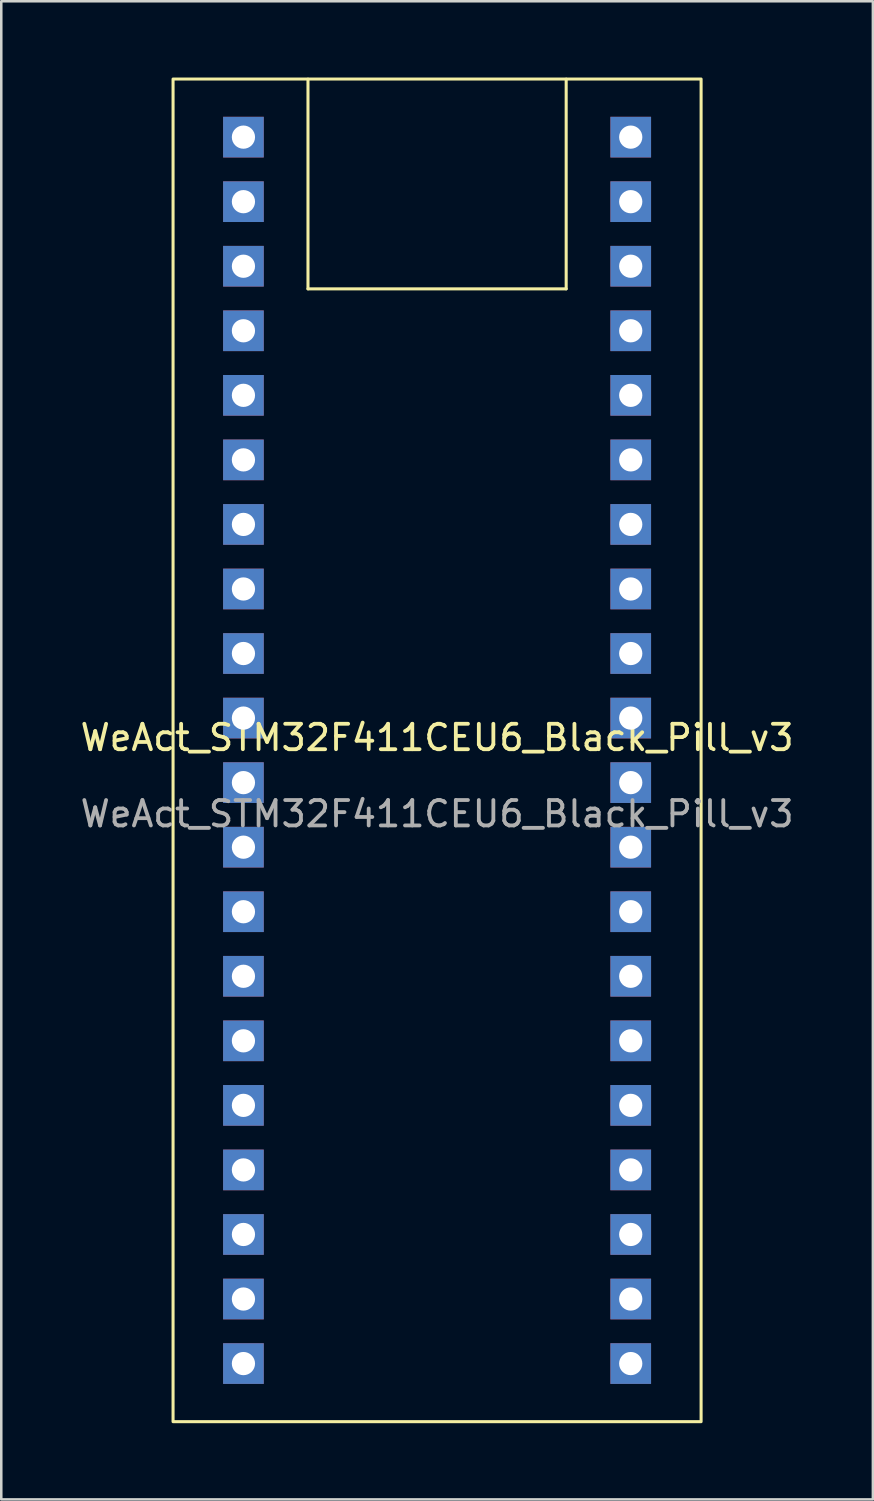
<source format=kicad_pcb>
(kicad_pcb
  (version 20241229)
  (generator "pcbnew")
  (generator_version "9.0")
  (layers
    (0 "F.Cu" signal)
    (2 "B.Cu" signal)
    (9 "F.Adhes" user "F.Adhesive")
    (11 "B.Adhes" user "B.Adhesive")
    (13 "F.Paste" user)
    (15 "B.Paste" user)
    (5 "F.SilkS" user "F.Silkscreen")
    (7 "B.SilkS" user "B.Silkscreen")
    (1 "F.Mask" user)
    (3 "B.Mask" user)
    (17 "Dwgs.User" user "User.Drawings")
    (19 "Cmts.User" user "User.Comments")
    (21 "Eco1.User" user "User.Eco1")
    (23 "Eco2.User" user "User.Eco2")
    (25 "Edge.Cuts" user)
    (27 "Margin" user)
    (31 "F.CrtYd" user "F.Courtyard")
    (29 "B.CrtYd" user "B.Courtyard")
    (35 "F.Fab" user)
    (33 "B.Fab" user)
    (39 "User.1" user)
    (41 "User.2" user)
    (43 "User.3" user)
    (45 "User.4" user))
  (footprint "WeAct_STM32F411CEU6_Black_Pill_v3"
    (layer "F.Cu")
    (at 14.149 26.476)
    (property "Reference" "WeAct_STM32F411CEU6_Black_Pill_v3" (at 0 -0.5 0) (unlocked yes) (layer "F.SilkS") (effects (font (size 1 1) (thickness 0.15))))
    (attr through_hole)
    (fp_line (start -5.08 -18.16) (end -5.08 -26.41) (stroke (width 0.12) (type solid)) (layer "F.SilkS"))
    (fp_line (start -5.08 -18.16) (end 5.08 -18.16) (stroke (width 0.12) (type solid)) (layer "F.SilkS"))
    (fp_line (start 5.08 -18.16) (end 5.08 -26.41) (stroke (width 0.12) (type solid)) (layer "F.SilkS"))
    (fp_rect (start -10.389 -26.416) (end 10.389 26.416) (stroke (width 0.12) (type solid)) (fill no) (layer "F.SilkS"))
    (fp_text user "${REFERENCE}" (at 0 2.5 0) (unlocked yes) (layer "F.Fab") (effects (font (size 1 1) (thickness 0.15))))
    (pad "1" thru_hole rect (at -7.62 -24.13) (size 1.6 1.6) (drill 0.914) (layers "*.Cu" "*.Mask"))
    (pad "2" thru_hole rect (at -7.62 -21.59) (size 1.6 1.6) (drill 0.914) (layers "*.Cu" "*.Mask"))
    (pad "3" thru_hole rect (at -7.62 -19.05) (size 1.6 1.6) (drill 0.914) (layers "*.Cu" "*.Mask"))
    (pad "4" thru_hole rect (at -7.62 -16.51) (size 1.6 1.6) (drill 0.914) (layers "*.Cu" "*.Mask"))
    (pad "5" thru_hole rect (at -7.62 -13.97) (size 1.6 1.6) (drill 0.914) (layers "*.Cu" "*.Mask"))
    (pad "6" thru_hole rect (at -7.62 -11.43) (size 1.6 1.6) (drill 0.914) (layers "*.Cu" "*.Mask"))
    (pad "7" thru_hole rect (at -7.62 -8.89) (size 1.6 1.6) (drill 0.914) (layers "*.Cu" "*.Mask"))
    (pad "8" thru_hole rect (at -7.62 -6.35) (size 1.6 1.6) (drill 0.914) (layers "*.Cu" "*.Mask"))
    (pad "9" thru_hole rect (at -7.62 -3.81) (size 1.6 1.6) (drill 0.914) (layers "*.Cu" "*.Mask"))
    (pad "10" thru_hole rect (at -7.62 -1.27) (size 1.6 1.6) (drill 0.914) (layers "*.Cu" "*.Mask"))
    (pad "11" thru_hole rect (at -7.62 1.27) (size 1.6 1.6) (drill 0.914) (layers "*.Cu" "*.Mask"))
    (pad "12" thru_hole rect (at -7.62 3.81) (size 1.6 1.6) (drill 0.914) (layers "*.Cu" "*.Mask"))
    (pad "13" thru_hole rect (at -7.62 6.35) (size 1.6 1.6) (drill 0.914) (layers "*.Cu" "*.Mask"))
    (pad "14" thru_hole rect (at -7.62 8.89) (size 1.6 1.6) (drill 0.914) (layers "*.Cu" "*.Mask"))
    (pad "15" thru_hole rect (at -7.62 11.43) (size 1.6 1.6) (drill 0.914) (layers "*.Cu" "*.Mask"))
    (pad "16" thru_hole rect (at -7.62 13.97) (size 1.6 1.6) (drill 0.914) (layers "*.Cu" "*.Mask"))
    (pad "17" thru_hole rect (at -7.62 16.51) (size 1.6 1.6) (drill 0.914) (layers "*.Cu" "*.Mask"))
    (pad "18" thru_hole rect (at -7.62 19.05) (size 1.6 1.6) (drill 0.914) (layers "*.Cu" "*.Mask"))
    (pad "19" thru_hole rect (at -7.62 21.59) (size 1.6 1.6) (drill 0.914) (layers "*.Cu" "*.Mask"))
    (pad "20" thru_hole rect (at -7.62 24.13) (size 1.6 1.6) (drill 0.914) (layers "*.Cu" "*.Mask"))
    (pad "21" thru_hole rect (at 7.62 -24.13) (size 1.6 1.6) (drill 0.914) (layers "*.Cu" "*.Mask"))
    (pad "22" thru_hole rect (at 7.62 -21.59) (size 1.6 1.6) (drill 0.914) (layers "*.Cu" "*.Mask"))
    (pad "23" thru_hole rect (at 7.62 -19.05) (size 1.6 1.6) (drill 0.914) (layers "*.Cu" "*.Mask"))
    (pad "24" thru_hole rect (at 7.62 -16.51) (size 1.6 1.6) (drill 0.914) (layers "*.Cu" "*.Mask"))
    (pad "25" thru_hole rect (at 7.62 -13.97) (size 1.6 1.6) (drill 0.914) (layers "*.Cu" "*.Mask"))
    (pad "26" thru_hole rect (at 7.62 -11.43) (size 1.6 1.6) (drill 0.914) (layers "*.Cu" "*.Mask"))
    (pad "27" thru_hole rect (at 7.62 -8.89) (size 1.6 1.6) (drill 0.914) (layers "*.Cu" "*.Mask"))
    (pad "28" thru_hole rect (at 7.62 -6.35) (size 1.6 1.6) (drill 0.914) (layers "*.Cu" "*.Mask"))
    (pad "29" thru_hole rect (at 7.62 -3.81) (size 1.6 1.6) (drill 0.914) (layers "*.Cu" "*.Mask"))
    (pad "30" thru_hole rect (at 7.62 -1.27) (size 1.6 1.6) (drill 0.914) (layers "*.Cu" "*.Mask"))
    (pad "31" thru_hole rect (at 7.62 1.27) (size 1.6 1.6) (drill 0.914) (layers "*.Cu" "*.Mask"))
    (pad "32" thru_hole rect (at 7.62 3.81) (size 1.6 1.6) (drill 0.914) (layers "*.Cu" "*.Mask"))
    (pad "33" thru_hole rect (at 7.62 6.35) (size 1.6 1.6) (drill 0.914) (layers "*.Cu" "*.Mask"))
    (pad "34" thru_hole rect (at 7.62 8.89) (size 1.6 1.6) (drill 0.914) (layers "*.Cu" "*.Mask"))
    (pad "35" thru_hole rect (at 7.62 11.43) (size 1.6 1.6) (drill 0.914) (layers "*.Cu" "*.Mask"))
    (pad "36" thru_hole rect (at 7.62 13.97) (size 1.6 1.6) (drill 0.914) (layers "*.Cu" "*.Mask"))
    (pad "37" thru_hole rect (at 7.62 16.51) (size 1.6 1.6) (drill 0.914) (layers "*.Cu" "*.Mask"))
    (pad "38" thru_hole rect (at 7.62 19.05) (size 1.6 1.6) (drill 0.914) (layers "*.Cu" "*.Mask"))
    (pad "39" thru_hole rect (at 7.62 21.59) (size 1.6 1.6) (drill 0.914) (layers "*.Cu" "*.Mask"))
    (pad "40" thru_hole rect (at 7.62 24.13) (size 1.6 1.6) (drill 0.914) (layers "*.Cu" "*.Mask")))
  (gr_rect
    (start -3 -3)
    (end 31.298 55.952)
    (stroke (width 0.1) (type default))
    (fill no)
    (layer "Edge.Cuts")))
</source>
